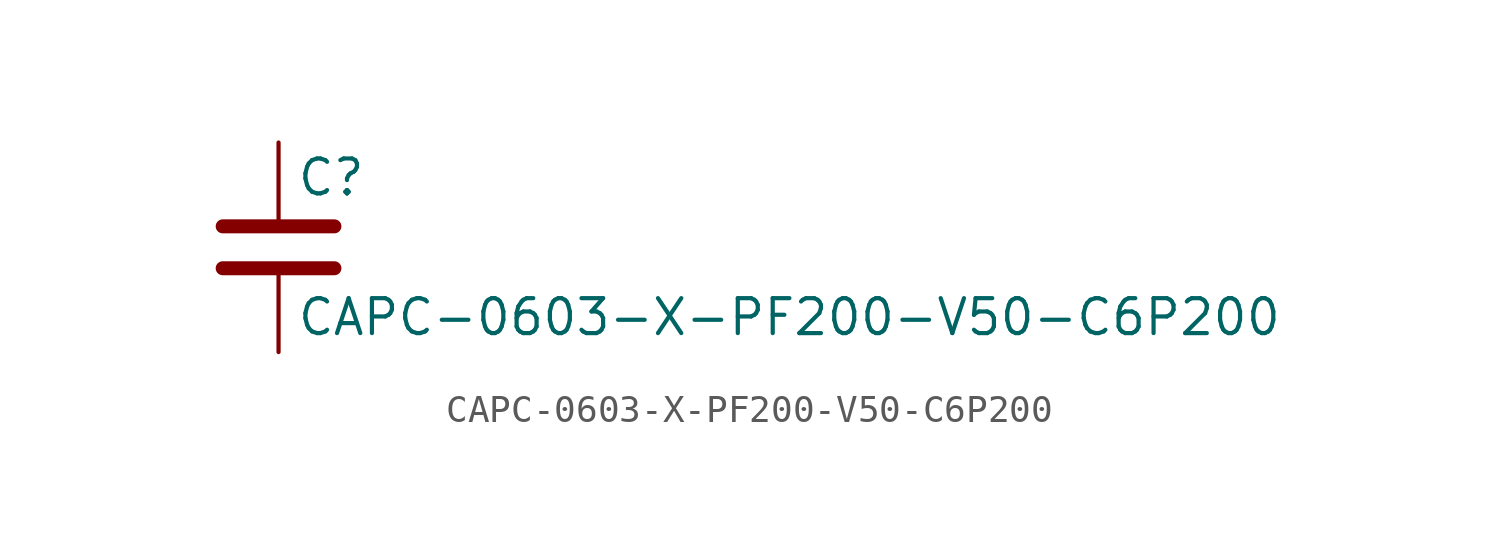
<source format=kicad_sym>
(kicad_symbol_lib
  (version 20211014)
  (generator kicad_symbol_editor)
  (symbol "CAPC-0603-X-PF200-V50-C6P200"
    (pin_numbers hide)
    (pin_names
      (offset 0.254))
    (property "Reference" "C"
      (at 0.635 2.54 0)
      (effects (font (size 1.27 1.27)) (justify left)))
    (property "Value" "CAPC-0603-X-PF200-V50-C6P200"
      (at 0.635 -2.54 0)
      (effects (font (size 1.27 1.27)) (justify left)))
    (symbol "CAPC-0603-X-PF200-V50-C6P200_0_1"
      (polyline (pts (xy -2.032 -0.762) (xy 2.032 -0.762)) (stroke (width 0.508) (type default) (color 0 0 0 0)) (fill (type none)))
      (polyline (pts (xy -2.032 0.762) (xy 2.032 0.762)) (stroke (width 0.508) (type default) (color 0 0 0 0)) (fill (type none))))
    (symbol "CAPC-0603-X-PF200-V50-C6P200_1_1"
      (pin passive line (at 0 3.81 270) (length 2.794) (name "~" (effects (font (size 1.27 1.27)))) (number "1" (effects (font (size 1.27 1.27)))))
      (pin passive line (at 0 -3.81 90) (length 2.794) (name "~" (effects (font (size 1.27 1.27)))) (number "2" (effects (font (size 1.27 1.27))))))))
</source>
